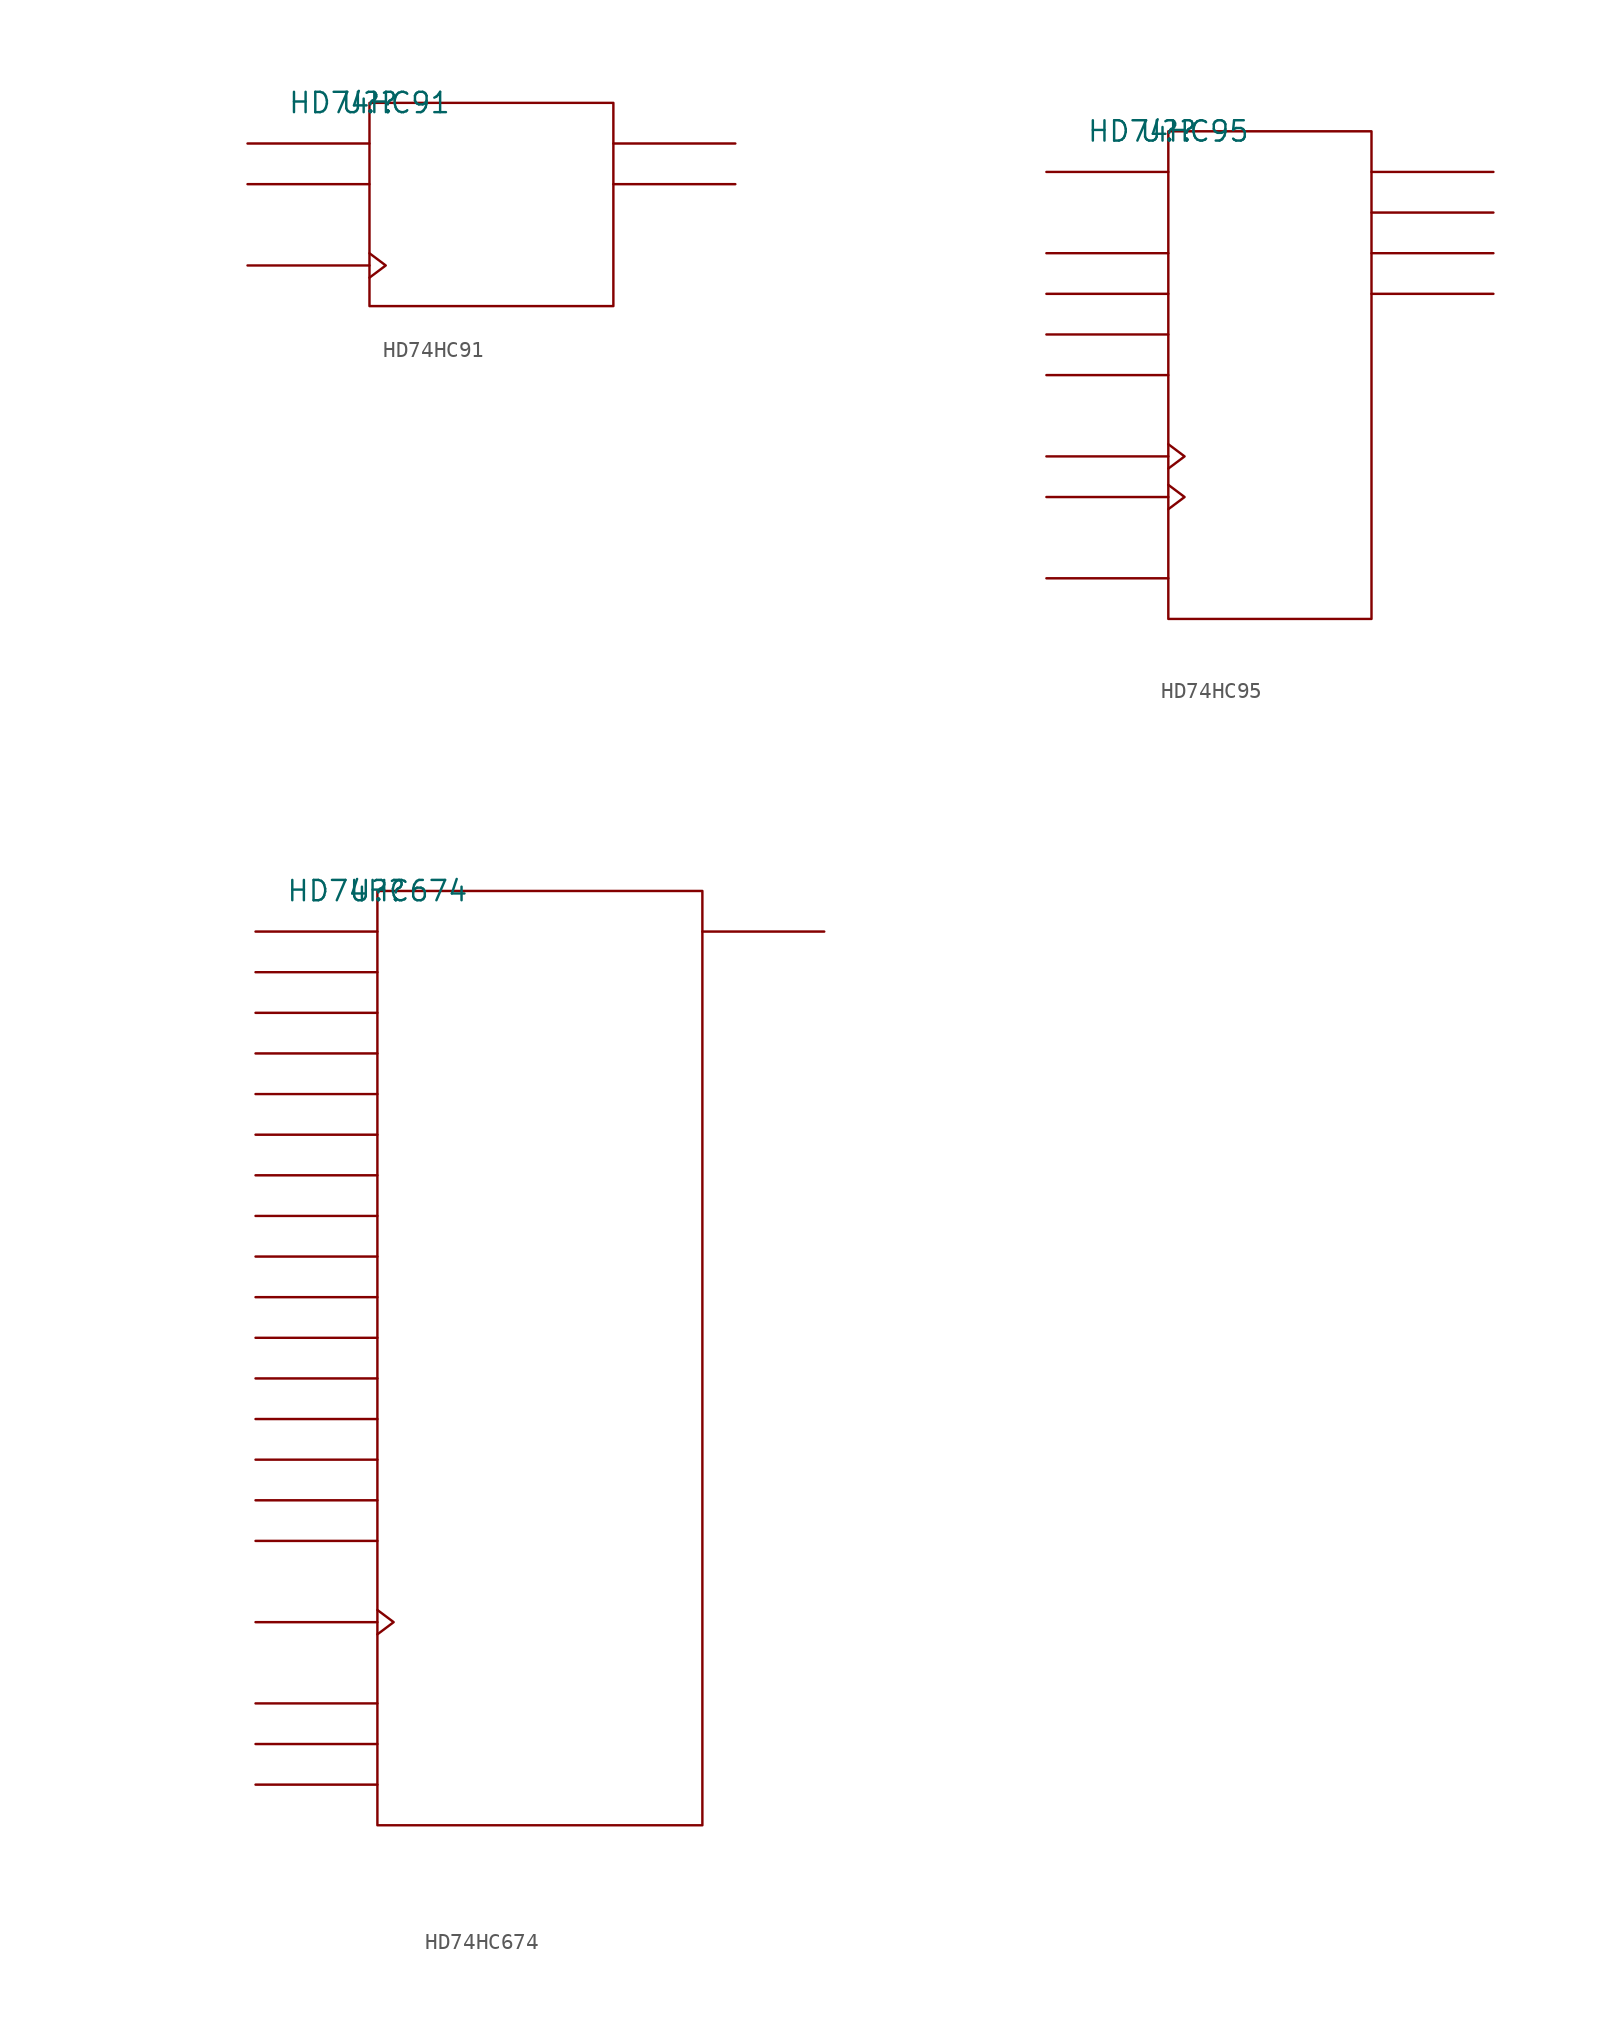
<source format=kicad_sym>
(kicad_symbol_lib
  (version 20211014)
  (generator kicad_symbol_editor)
  (symbol "HD74HC91"
    (pin_names
      (offset 0.762))
    (property "Reference" "U?"
      (at 0 0 0)
      (effects (font (size 1.27 1.27))))
    (property "Value" "HD74HC91"
      (at 0 0 0)
      (effects (font (size 1.27 1.27))))
    (symbol "HD74HC91_0_1"
      (rectangle (start 0 -12.7) (end 15.24 0) (stroke (width 0) (type default) (color 0 0 0 0)) (fill (type none)))
      (polyline (pts (xy 0 -10.16) (xy -7.62 -10.16)) (stroke (width 0) (type default) (color 0 0 0 0)) (fill (type none)))
      (polyline (pts (xy 0 -5.08) (xy -7.62 -5.08)) (stroke (width 0) (type default) (color 0 0 0 0)) (fill (type none)))
      (polyline (pts (xy 0 -2.54) (xy -7.62 -2.54)) (stroke (width 0) (type default) (color 0 0 0 0)) (fill (type none)))
      (polyline (pts (xy 15.24 -5.08) (xy 22.86 -5.08)) (stroke (width 0) (type default) (color 0 0 0 0)) (fill (type none)))
      (polyline (pts (xy 15.24 -2.54) (xy 22.86 -2.54)) (stroke (width 0) (type default) (color 0 0 0 0)) (fill (type none)))
      (polyline (pts (xy 0 -9.398) (xy 1.016 -10.16) (xy 0 -10.922)) (stroke (width 0) (type default) (color 0 0 0 0)) (fill (type none))))
    (symbol "HD74HC91_1_1"
      (pin power_in line (at 7.62 -12.7 180) (length 7.62) hide (name "GND" (effects (font (size 1.245 1.245)))) (number "10" (effects (font (size 1.245 1.245)))))
      (pin unspecified line (at -7.62 -5.08 0) (length 7.62) hide (name "B" (effects (font (size 1.245 1.245)))) (number "11" (effects (font (size 1.245 1.245)))))
      (pin unspecified line (at -7.62 -2.54 0) (length 7.62) hide (name "A" (effects (font (size 1.245 1.245)))) (number "12" (effects (font (size 1.245 1.245)))))
      (pin unspecified line (at 22.86 -2.54 180) (length 7.62) hide (name "QH" (effects (font (size 1.245 1.245)))) (number "13" (effects (font (size 1.245 1.245)))))
      (pin unspecified line (at 22.86 -5.08 180) (length 7.62) hide (name "Q\\H" (effects (font (size 1.245 1.245)))) (number "14" (effects (font (size 1.245 1.245)))))
      (pin power_in line (at 5.08 0 180) (length 7.62) hide (name "VCC" (effects (font (size 1.245 1.245)))) (number "5" (effects (font (size 1.245 1.245)))))
      (pin unspecified line (at -7.62 -10.16 180) (length 7.62) hide (name "CLK" (effects (font (size 1.245 1.245)))) (number "9" (effects (font (size 1.245 1.245)))))))
  (symbol "HD74HC95"
    (pin_names
      (offset 0.762))
    (property "Reference" "U?"
      (at 0 0 0)
      (effects (font (size 1.27 1.27))))
    (property "Value" "HD74HC95"
      (at 0 0 0)
      (effects (font (size 1.27 1.27))))
    (symbol "HD74HC95_0_1"
      (rectangle (start 0 -30.48) (end 12.7 0) (stroke (width 0) (type default) (color 0 0 0 0)) (fill (type none)))
      (polyline (pts (xy 0 -27.94) (xy -7.62 -27.94)) (stroke (width 0) (type default) (color 0 0 0 0)) (fill (type none)))
      (polyline (pts (xy 0 -22.86) (xy -7.62 -22.86)) (stroke (width 0) (type default) (color 0 0 0 0)) (fill (type none)))
      (polyline (pts (xy 0 -20.32) (xy -7.62 -20.32)) (stroke (width 0) (type default) (color 0 0 0 0)) (fill (type none)))
      (polyline (pts (xy 0 -15.24) (xy -7.62 -15.24)) (stroke (width 0) (type default) (color 0 0 0 0)) (fill (type none)))
      (polyline (pts (xy 0 -12.7) (xy -7.62 -12.7)) (stroke (width 0) (type default) (color 0 0 0 0)) (fill (type none)))
      (polyline (pts (xy 0 -10.16) (xy -7.62 -10.16)) (stroke (width 0) (type default) (color 0 0 0 0)) (fill (type none)))
      (polyline (pts (xy 0 -7.62) (xy -7.62 -7.62)) (stroke (width 0) (type default) (color 0 0 0 0)) (fill (type none)))
      (polyline (pts (xy 0 -2.54) (xy -7.62 -2.54)) (stroke (width 0) (type default) (color 0 0 0 0)) (fill (type none)))
      (polyline (pts (xy 12.7 -10.16) (xy 20.32 -10.16)) (stroke (width 0) (type default) (color 0 0 0 0)) (fill (type none)))
      (polyline (pts (xy 12.7 -7.62) (xy 20.32 -7.62)) (stroke (width 0) (type default) (color 0 0 0 0)) (fill (type none)))
      (polyline (pts (xy 12.7 -5.08) (xy 20.32 -5.08)) (stroke (width 0) (type default) (color 0 0 0 0)) (fill (type none)))
      (polyline (pts (xy 12.7 -2.54) (xy 20.32 -2.54)) (stroke (width 0) (type default) (color 0 0 0 0)) (fill (type none)))
      (polyline (pts (xy 0 -22.098) (xy 1.016 -22.86) (xy 0 -23.622)) (stroke (width 0) (type default) (color 0 0 0 0)) (fill (type none)))
      (polyline (pts (xy 0 -19.558) (xy 1.016 -20.32) (xy 0 -21.082)) (stroke (width 0) (type default) (color 0 0 0 0)) (fill (type none))))
    (symbol "HD74HC95_1_1"
      (pin unspecified line (at -7.62 -2.54 0) (length 7.62) hide (name "SI" (effects (font (size 1.245 1.245)))) (number "1" (effects (font (size 1.245 1.245)))))
      (pin unspecified line (at 20.32 -10.16 180) (length 7.62) hide (name "QD" (effects (font (size 1.245 1.245)))) (number "10" (effects (font (size 1.245 1.245)))))
      (pin unspecified line (at 20.32 -7.62 180) (length 7.62) hide (name "QC" (effects (font (size 1.245 1.245)))) (number "11" (effects (font (size 1.245 1.245)))))
      (pin unspecified line (at 20.32 -5.08 180) (length 7.62) hide (name "QB" (effects (font (size 1.245 1.245)))) (number "12" (effects (font (size 1.245 1.245)))))
      (pin unspecified line (at 20.32 -2.54 180) (length 7.62) hide (name "QA" (effects (font (size 1.245 1.245)))) (number "13" (effects (font (size 1.245 1.245)))))
      (pin power_in line (at 5.08 0 180) (length 7.62) hide (name "VCC" (effects (font (size 1.245 1.245)))) (number "14" (effects (font (size 1.245 1.245)))))
      (pin unspecified line (at -7.62 -7.62 0) (length 7.62) hide (name "A" (effects (font (size 1.245 1.245)))) (number "2" (effects (font (size 1.245 1.245)))))
      (pin unspecified line (at -7.62 -10.16 0) (length 7.62) hide (name "B" (effects (font (size 1.245 1.245)))) (number "3" (effects (font (size 1.245 1.245)))))
      (pin unspecified line (at -7.62 -12.7 0) (length 7.62) hide (name "C" (effects (font (size 1.245 1.245)))) (number "4" (effects (font (size 1.245 1.245)))))
      (pin unspecified line (at -7.62 -15.24 0) (length 7.62) hide (name "D" (effects (font (size 1.245 1.245)))) (number "5" (effects (font (size 1.245 1.245)))))
      (pin unspecified line (at -7.62 -27.94 0) (length 7.62) hide (name "MODE" (effects (font (size 1.245 1.245)))) (number "6" (effects (font (size 1.245 1.245)))))
      (pin power_in line (at 10.16 -30.48 0) (length 7.62) hide (name "GND" (effects (font (size 1.245 1.245)))) (number "7" (effects (font (size 1.245 1.245)))))
      (pin unspecified line (at -7.62 -22.86 180) (length 7.62) hide (name "CLK2" (effects (font (size 1.245 1.245)))) (number "8" (effects (font (size 1.245 1.245)))))
      (pin unspecified line (at -7.62 -20.32 180) (length 7.62) hide (name "CLK1" (effects (font (size 1.245 1.245)))) (number "9" (effects (font (size 1.245 1.245)))))))
  (symbol "HD74HC674"
    (pin_names
      (offset 0.762))
    (property "Reference" "U?"
      (at 0 0 0)
      (effects (font (size 1.27 1.27))))
    (property "Value" "HD74HC674"
      (at 0 0 0)
      (effects (font (size 1.27 1.27))))
    (symbol "HD74HC674_0_1"
      (rectangle (start 0 -58.42) (end 20.32 0) (stroke (width 0) (type default) (color 0 0 0 0)) (fill (type none)))
      (polyline (pts (xy 0 -55.88) (xy -7.62 -55.88)) (stroke (width 0) (type default) (color 0 0 0 0)) (fill (type none)))
      (polyline (pts (xy 0 -53.34) (xy -7.62 -53.34)) (stroke (width 0) (type default) (color 0 0 0 0)) (fill (type none)))
      (polyline (pts (xy 0 -50.8) (xy -7.62 -50.8)) (stroke (width 0) (type default) (color 0 0 0 0)) (fill (type none)))
      (polyline (pts (xy 0 -45.72) (xy -7.62 -45.72)) (stroke (width 0) (type default) (color 0 0 0 0)) (fill (type none)))
      (polyline (pts (xy 0 -40.64) (xy -7.62 -40.64)) (stroke (width 0) (type default) (color 0 0 0 0)) (fill (type none)))
      (polyline (pts (xy 0 -38.1) (xy -7.62 -38.1)) (stroke (width 0) (type default) (color 0 0 0 0)) (fill (type none)))
      (polyline (pts (xy 0 -35.56) (xy -7.62 -35.56)) (stroke (width 0) (type default) (color 0 0 0 0)) (fill (type none)))
      (polyline (pts (xy 0 -33.02) (xy -7.62 -33.02)) (stroke (width 0) (type default) (color 0 0 0 0)) (fill (type none)))
      (polyline (pts (xy 0 -30.48) (xy -7.62 -30.48)) (stroke (width 0) (type default) (color 0 0 0 0)) (fill (type none)))
      (polyline (pts (xy 0 -27.94) (xy -7.62 -27.94)) (stroke (width 0) (type default) (color 0 0 0 0)) (fill (type none)))
      (polyline (pts (xy 0 -25.4) (xy -7.62 -25.4)) (stroke (width 0) (type default) (color 0 0 0 0)) (fill (type none)))
      (polyline (pts (xy 0 -22.86) (xy -7.62 -22.86)) (stroke (width 0) (type default) (color 0 0 0 0)) (fill (type none)))
      (polyline (pts (xy 0 -20.32) (xy -7.62 -20.32)) (stroke (width 0) (type default) (color 0 0 0 0)) (fill (type none)))
      (polyline (pts (xy 0 -17.78) (xy -7.62 -17.78)) (stroke (width 0) (type default) (color 0 0 0 0)) (fill (type none)))
      (polyline (pts (xy 0 -15.24) (xy -7.62 -15.24)) (stroke (width 0) (type default) (color 0 0 0 0)) (fill (type none)))
      (polyline (pts (xy 0 -12.7) (xy -7.62 -12.7)) (stroke (width 0) (type default) (color 0 0 0 0)) (fill (type none)))
      (polyline (pts (xy 0 -10.16) (xy -7.62 -10.16)) (stroke (width 0) (type default) (color 0 0 0 0)) (fill (type none)))
      (polyline (pts (xy 0 -7.62) (xy -7.62 -7.62)) (stroke (width 0) (type default) (color 0 0 0 0)) (fill (type none)))
      (polyline (pts (xy 0 -5.08) (xy -7.62 -5.08)) (stroke (width 0) (type default) (color 0 0 0 0)) (fill (type none)))
      (polyline (pts (xy 0 -2.54) (xy -7.62 -2.54)) (stroke (width 0) (type default) (color 0 0 0 0)) (fill (type none)))
      (polyline (pts (xy 20.32 -2.54) (xy 27.94 -2.54)) (stroke (width 0) (type default) (color 0 0 0 0)) (fill (type none)))
      (polyline (pts (xy 0 -44.958) (xy 1.016 -45.72) (xy 0 -46.482)) (stroke (width 0) (type default) (color 0 0 0 0)) (fill (type none))))
    (symbol "HD74HC674_1_1"
      (pin unspecified line (at -7.62 -55.88 0) (length 7.62) hide (name "C\\S\\" (effects (font (size 1.245 1.245)))) (number "1" (effects (font (size 1.245 1.245)))))
      (pin unspecified line (at -7.62 -10.16 0) (length 7.62) hide (name "P3" (effects (font (size 1.245 1.245)))) (number "10" (effects (font (size 1.245 1.245)))))
      (pin unspecified line (at -7.62 -12.7 0) (length 7.62) hide (name "P4" (effects (font (size 1.245 1.245)))) (number "11" (effects (font (size 1.245 1.245)))))
      (pin power_in line (at 10.16 -58.42 180) (length 7.62) hide (name "GND" (effects (font (size 1.245 1.245)))) (number "12" (effects (font (size 1.245 1.245)))))
      (pin unspecified line (at -7.62 -15.24 0) (length 7.62) hide (name "P5" (effects (font (size 1.245 1.245)))) (number "13" (effects (font (size 1.245 1.245)))))
      (pin unspecified line (at -7.62 -17.78 0) (length 7.62) hide (name "P6" (effects (font (size 1.245 1.245)))) (number "14" (effects (font (size 1.245 1.245)))))
      (pin unspecified line (at -7.62 -20.32 0) (length 7.62) hide (name "P7" (effects (font (size 1.245 1.245)))) (number "15" (effects (font (size 1.245 1.245)))))
      (pin unspecified line (at -7.62 -22.86 0) (length 7.62) hide (name "P8" (effects (font (size 1.245 1.245)))) (number "16" (effects (font (size 1.245 1.245)))))
      (pin unspecified line (at -7.62 -25.4 0) (length 7.62) hide (name "P9" (effects (font (size 1.245 1.245)))) (number "17" (effects (font (size 1.245 1.245)))))
      (pin unspecified line (at -7.62 -27.94 0) (length 7.62) hide (name "P10" (effects (font (size 1.245 1.245)))) (number "18" (effects (font (size 1.245 1.245)))))
      (pin unspecified line (at -7.62 -30.48 0) (length 7.62) hide (name "P11" (effects (font (size 1.245 1.245)))) (number "19" (effects (font (size 1.245 1.245)))))
      (pin unspecified line (at -7.62 -45.72 180) (length 7.62) hide (name "CLK" (effects (font (size 1.245 1.245)))) (number "2" (effects (font (size 1.245 1.245)))))
      (pin unspecified line (at -7.62 -33.02 0) (length 7.62) hide (name "P12" (effects (font (size 1.245 1.245)))) (number "20" (effects (font (size 1.245 1.245)))))
      (pin unspecified line (at -7.62 -35.56 0) (length 7.62) hide (name "P13" (effects (font (size 1.245 1.245)))) (number "21" (effects (font (size 1.245 1.245)))))
      (pin unspecified line (at -7.62 -38.1 0) (length 7.62) hide (name "P14" (effects (font (size 1.245 1.245)))) (number "22" (effects (font (size 1.245 1.245)))))
      (pin unspecified line (at -7.62 -40.64 0) (length 7.62) hide (name "P15" (effects (font (size 1.245 1.245)))) (number "23" (effects (font (size 1.245 1.245)))))
      (pin power_in line (at 7.62 0 180) (length 7.62) hide (name "VCC" (effects (font (size 1.245 1.245)))) (number "24" (effects (font (size 1.245 1.245)))))
      (pin unspecified line (at -7.62 -53.34 0) (length 7.62) hide (name "R/W\\" (effects (font (size 1.245 1.245)))) (number "3" (effects (font (size 1.245 1.245)))))
      (pin unspecified line (at -7.62 -50.8 0) (length 7.62) hide (name "MODE" (effects (font (size 1.245 1.245)))) (number "5" (effects (font (size 1.245 1.245)))))
      (pin unspecified line (at 27.94 -2.54 180) (length 7.62) hide (name "SER/Q15" (effects (font (size 1.245 1.245)))) (number "6" (effects (font (size 1.245 1.245)))))
      (pin unspecified line (at -7.62 -2.54 0) (length 7.62) hide (name "P0" (effects (font (size 1.245 1.245)))) (number "7" (effects (font (size 1.245 1.245)))))
      (pin unspecified line (at -7.62 -5.08 0) (length 7.62) hide (name "P1" (effects (font (size 1.245 1.245)))) (number "8" (effects (font (size 1.245 1.245)))))
      (pin unspecified line (at -7.62 -7.62 0) (length 7.62) hide (name "P2" (effects (font (size 1.245 1.245)))) (number "9" (effects (font (size 1.245 1.245))))))))
</source>
